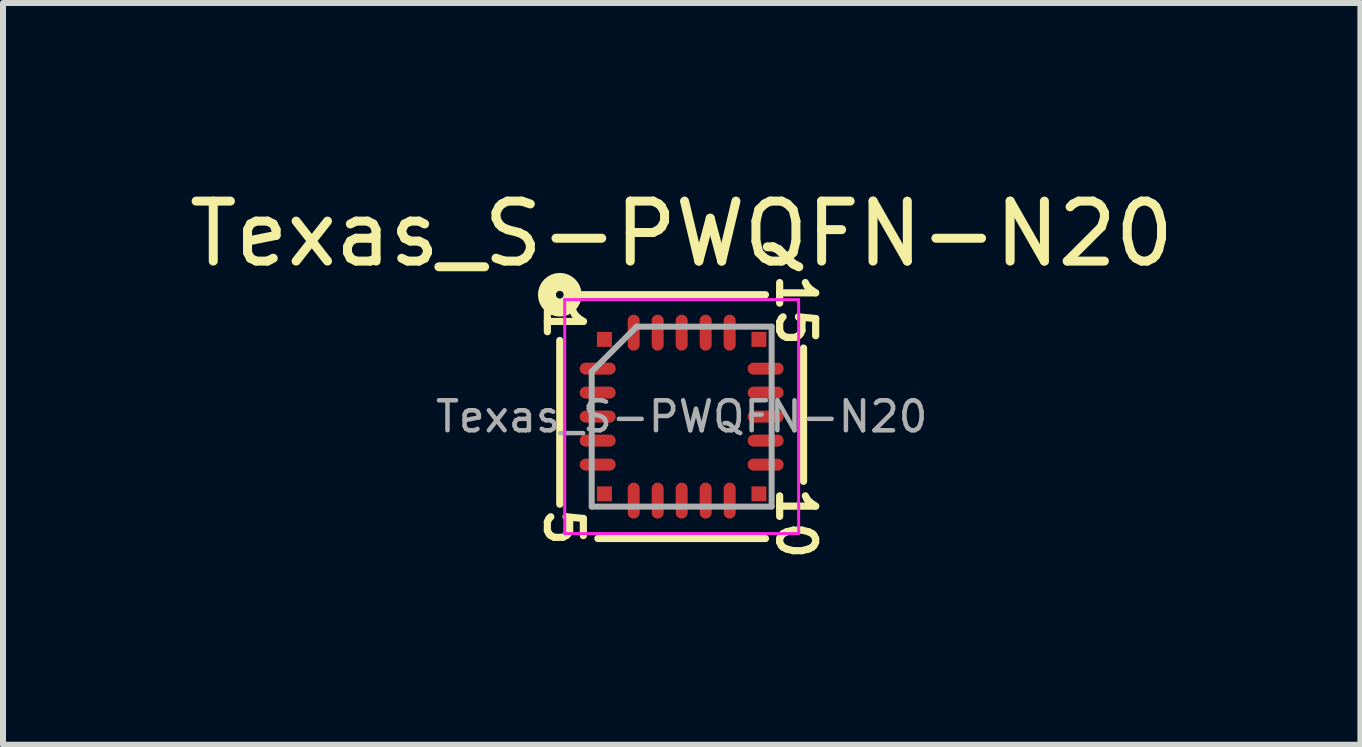
<source format=kicad_pcb>
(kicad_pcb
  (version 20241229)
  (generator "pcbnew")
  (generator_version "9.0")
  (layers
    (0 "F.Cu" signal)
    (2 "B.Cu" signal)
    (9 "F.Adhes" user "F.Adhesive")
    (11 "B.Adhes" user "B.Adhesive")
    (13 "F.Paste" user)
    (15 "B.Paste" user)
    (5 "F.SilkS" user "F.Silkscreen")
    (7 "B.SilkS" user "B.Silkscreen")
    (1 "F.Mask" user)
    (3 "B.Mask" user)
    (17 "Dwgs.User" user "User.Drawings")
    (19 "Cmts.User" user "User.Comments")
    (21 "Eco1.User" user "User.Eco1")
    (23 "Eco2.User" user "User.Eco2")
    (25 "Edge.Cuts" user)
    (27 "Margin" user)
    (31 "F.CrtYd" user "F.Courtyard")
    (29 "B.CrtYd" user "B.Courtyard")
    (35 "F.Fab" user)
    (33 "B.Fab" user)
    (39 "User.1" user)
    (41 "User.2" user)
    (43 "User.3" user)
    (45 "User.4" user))
  (footprint "Texas_S-PWQFN-N20"
    (layer "F.Cu")
    (at 8.315 3.896)
    (property "Reference" "Texas_S-PWQFN-N20" (at 0 -3.048 0) (layer "F.SilkS") (effects (font (size 1 1) (thickness 0.15))))
    (attr smd)
    (fp_line (start -2.032 -1.27) (end -2.032 1.46) (stroke (width 0.12) (type solid)) (layer "F.SilkS"))
    (fp_line (start -1.397 2.032) (end 1.397 2.032) (stroke (width 0.12) (type solid)) (layer "F.SilkS"))
    (fp_line (start 1.397 -2.032) (end -1.651 -2.032) (stroke (width 0.12) (type solid)) (layer "F.SilkS"))
    (fp_line (start 2.032 1.079) (end 2.032 -1.143) (stroke (width 0.12) (type solid)) (layer "F.SilkS"))
    (fp_circle (center -2.032 -2.032) (end -1.968 -2.032) (stroke (width 0.3) (type solid)) (fill no) (layer "F.SilkS"))
    (fp_line (start -1.95 -1.95) (end 1.95 -1.95) (stroke (width 0.05) (type solid)) (layer "F.CrtYd"))
    (fp_line (start -1.95 1.95) (end -1.95 -1.95) (stroke (width 0.05) (type solid)) (layer "F.CrtYd"))
    (fp_line (start 1.95 -1.95) (end 1.95 1.95) (stroke (width 0.05) (type solid)) (layer "F.CrtYd"))
    (fp_line (start 1.95 1.95) (end -1.95 1.95) (stroke (width 0.05) (type solid)) (layer "F.CrtYd"))
    (fp_line (start -1.5 -0.75) (end -1.5 1.5) (stroke (width 0.1) (type solid)) (layer "F.Fab"))
    (fp_line (start -1.5 1.5) (end 1.5 1.5) (stroke (width 0.1) (type solid)) (layer "F.Fab"))
    (fp_line (start -0.75 -1.5) (end -1.5 -0.75) (stroke (width 0.1) (type solid)) (layer "F.Fab"))
    (fp_line (start 1.5 -1.5) (end -0.75 -1.5) (stroke (width 0.1) (type solid)) (layer "F.Fab"))
    (fp_line (start 1.5 1.5) (end 1.5 -1.5) (stroke (width 0.1) (type solid)) (layer "F.Fab"))
    (fp_text user "5" (at -1.968 1.841 270) (unlocked yes) (layer "F.SilkS") (effects (font (size 0.6 0.6) (thickness 0.12))))
    (fp_text user "1" (at -1.968 -1.587 270) (unlocked yes) (layer "F.SilkS") (effects (font (size 0.6 0.6) (thickness 0.12))))
    (fp_text user "10" (at 1.905 1.778 270) (unlocked yes) (layer "F.SilkS") (effects (font (size 0.6 0.6) (thickness 0.12))))
    (fp_text user "15" (at 1.905 -1.778 270) (unlocked yes) (layer "F.SilkS") (effects (font (size 0.6 0.6) (thickness 0.12))))
    (fp_text user "${REFERENCE}" (at 0 0 0) (layer "F.Fab") (effects (font (size 0.5 0.5) (thickness 0.075))))
    (pad "" smd rect (at -1.288 -1.288) (size 0.25 0.25) (layers "F.Cu" "F.Mask" "F.Paste"))
    (pad "" smd rect (at -1.288 1.288) (size 0.25 0.25) (layers "F.Cu" "F.Mask" "F.Paste"))
    (pad "" smd rect (at 1.288 -1.288) (size 0.25 0.25) (layers "F.Cu" "F.Mask" "F.Paste"))
    (pad "" smd rect (at 1.288 1.288) (size 0.25 0.25) (layers "F.Cu" "F.Mask" "F.Paste"))
    (pad "1" smd oval (at -1.4 -0.8 90) (size 0.2 0.6) (layers "F.Cu" "F.Mask" "F.Paste"))
    (pad "2" smd oval (at -1.4 -0.4 90) (size 0.2 0.6) (layers "F.Cu" "F.Mask" "F.Paste"))
    (pad "3" smd oval (at -1.4 0 90) (size 0.2 0.6) (layers "F.Cu" "F.Mask" "F.Paste"))
    (pad "4" smd oval (at -1.4 0.4 90) (size 0.2 0.6) (layers "F.Cu" "F.Mask" "F.Paste"))
    (pad "5" smd oval (at -1.4 0.8 90) (size 0.2 0.6) (layers "F.Cu" "F.Mask" "F.Paste"))
    (pad "6" smd oval (at -0.8 1.4) (size 0.2 0.6) (layers "F.Cu" "F.Mask" "F.Paste"))
    (pad "7" smd oval (at -0.4 1.4) (size 0.2 0.6) (layers "F.Cu" "F.Mask" "F.Paste"))
    (pad "8" smd oval (at 0 1.4) (size 0.2 0.6) (layers "F.Cu" "F.Mask" "F.Paste"))
    (pad "9" smd oval (at 0.4 1.4) (size 0.2 0.6) (layers "F.Cu" "F.Mask" "F.Paste"))
    (pad "10" smd oval (at 0.8 1.4) (size 0.2 0.6) (layers "F.Cu" "F.Mask" "F.Paste"))
    (pad "11" smd oval (at 1.4 0.8 90) (size 0.2 0.6) (layers "F.Cu" "F.Mask" "F.Paste"))
    (pad "12" smd oval (at 1.4 0.4 90) (size 0.2 0.6) (layers "F.Cu" "F.Mask" "F.Paste"))
    (pad "13" smd oval (at 1.4 0 90) (size 0.2 0.6) (layers "F.Cu" "F.Mask" "F.Paste"))
    (pad "14" smd oval (at 1.4 -0.4 90) (size 0.2 0.6) (layers "F.Cu" "F.Mask" "F.Paste"))
    (pad "15" smd oval (at 1.4 -0.8 90) (size 0.2 0.6) (layers "F.Cu" "F.Mask" "F.Paste"))
    (pad "16" smd oval (at 0.8 -1.4) (size 0.2 0.6) (layers "F.Cu" "F.Mask" "F.Paste"))
    (pad "17" smd oval (at 0.4 -1.4) (size 0.2 0.6) (layers "F.Cu" "F.Mask" "F.Paste"))
    (pad "18" smd oval (at 0 -1.4) (size 0.2 0.6) (layers "F.Cu" "F.Mask" "F.Paste"))
    (pad "19" smd oval (at -0.4 -1.4) (size 0.2 0.6) (layers "F.Cu" "F.Mask" "F.Paste"))
    (pad "20" smd oval (at -0.8 -1.4) (size 0.2 0.6) (layers "F.Cu" "F.Mask" "F.Paste")))
  (gr_rect
    (start -3 -3)
    (end 19.631 9.366)
    (stroke (width 0.1) (type default))
    (fill no)
    (layer "Edge.Cuts")))
</source>
